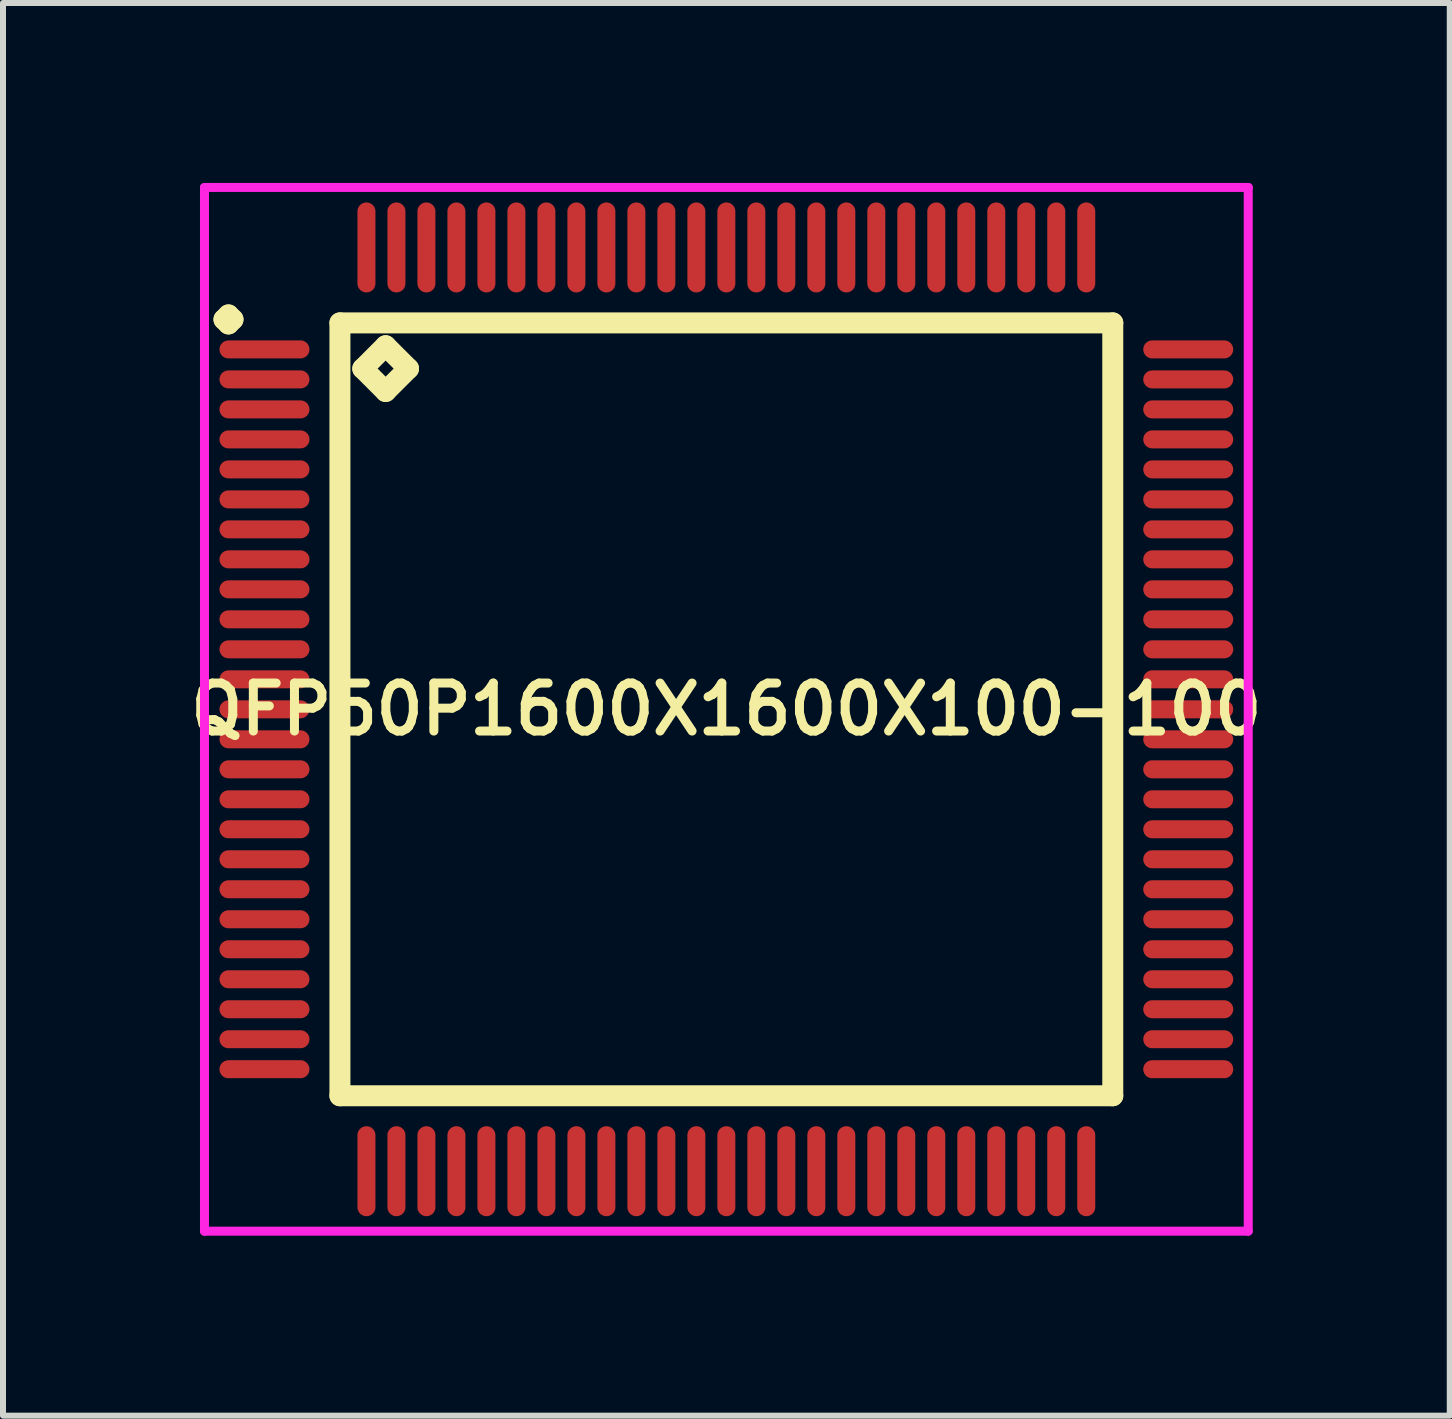
<source format=kicad_pcb>
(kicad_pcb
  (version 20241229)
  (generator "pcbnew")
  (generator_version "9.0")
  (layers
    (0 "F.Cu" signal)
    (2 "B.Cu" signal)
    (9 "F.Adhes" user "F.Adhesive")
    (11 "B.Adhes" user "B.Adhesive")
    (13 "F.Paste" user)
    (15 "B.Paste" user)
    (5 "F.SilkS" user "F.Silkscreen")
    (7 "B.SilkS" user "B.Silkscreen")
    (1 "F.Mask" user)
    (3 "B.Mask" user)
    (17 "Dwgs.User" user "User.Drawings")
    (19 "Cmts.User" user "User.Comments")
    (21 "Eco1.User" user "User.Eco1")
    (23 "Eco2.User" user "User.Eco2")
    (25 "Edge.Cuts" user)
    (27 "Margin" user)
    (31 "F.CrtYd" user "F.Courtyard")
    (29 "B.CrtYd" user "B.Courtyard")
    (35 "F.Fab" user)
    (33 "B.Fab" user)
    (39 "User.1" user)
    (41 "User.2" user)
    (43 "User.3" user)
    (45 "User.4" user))
  (footprint "QFP50P1600X1600X100-100"
    (layer "F.Cu")
    (at 9.059 8.775)
    (property "Reference" "QFP50P1600X1600X100-100" (at 0 0 0) (layer "F.SilkS") (effects (font (size 0.8 0.8) (thickness 0.15))))
    (attr smd)
    (fp_line (start -8.375 -6.5) (end -8.3 -6.575) (stroke (width 0.35) (type solid)) (layer "F.SilkS"))
    (fp_line (start -8.3 -6.575) (end -8.225 -6.5) (stroke (width 0.35) (type solid)) (layer "F.SilkS"))
    (fp_line (start -8.3 -6.425) (end -8.375 -6.5) (stroke (width 0.35) (type solid)) (layer "F.SilkS"))
    (fp_line (start -8.225 -6.5) (end -8.3 -6.425) (stroke (width 0.35) (type solid)) (layer "F.SilkS"))
    (fp_line (start -6.442 -6.442) (end -6.442 6.442) (stroke (width 0.35) (type solid)) (layer "F.SilkS"))
    (fp_line (start -6.442 6.442) (end 6.442 6.442) (stroke (width 0.35) (type solid)) (layer "F.SilkS"))
    (fp_line (start -6.061 -5.68) (end -5.68 -6.061) (stroke (width 0.35) (type solid)) (layer "F.SilkS"))
    (fp_line (start -5.68 -6.061) (end -5.299 -5.68) (stroke (width 0.35) (type solid)) (layer "F.SilkS"))
    (fp_line (start -5.68 -5.299) (end -6.061 -5.68) (stroke (width 0.35) (type solid)) (layer "F.SilkS"))
    (fp_line (start -5.299 -5.68) (end -5.68 -5.299) (stroke (width 0.35) (type solid)) (layer "F.SilkS"))
    (fp_line (start 6.442 -6.442) (end -6.442 -6.442) (stroke (width 0.35) (type solid)) (layer "F.SilkS"))
    (fp_line (start 6.442 6.442) (end 6.442 -6.442) (stroke (width 0.35) (type solid)) (layer "F.SilkS"))
    (fp_line (start -8.7 -8.7) (end 8.7 -8.7) (stroke (width 0.15) (type solid)) (layer "F.CrtYd"))
    (fp_line (start -8.7 8.7) (end -8.7 -8.7) (stroke (width 0.15) (type solid)) (layer "F.CrtYd"))
    (fp_line (start 8.7 -8.7) (end 8.7 8.7) (stroke (width 0.15) (type solid)) (layer "F.CrtYd"))
    (fp_line (start 8.7 8.7) (end -8.7 8.7) (stroke (width 0.15) (type solid)) (layer "F.CrtYd"))
    (pad "1" smd oval (at -7.7 -6) (size 1.5 0.3) (layers "F.Cu" "F.Mask" "F.Paste"))
    (pad "2" smd oval (at -7.7 -5.5) (size 1.5 0.3) (layers "F.Cu" "F.Mask" "F.Paste"))
    (pad "3" smd oval (at -7.7 -5) (size 1.5 0.3) (layers "F.Cu" "F.Mask" "F.Paste"))
    (pad "4" smd oval (at -7.7 -4.5) (size 1.5 0.3) (layers "F.Cu" "F.Mask" "F.Paste"))
    (pad "5" smd oval (at -7.7 -4) (size 1.5 0.3) (layers "F.Cu" "F.Mask" "F.Paste"))
    (pad "6" smd oval (at -7.7 -3.5) (size 1.5 0.3) (layers "F.Cu" "F.Mask" "F.Paste"))
    (pad "7" smd oval (at -7.7 -3) (size 1.5 0.3) (layers "F.Cu" "F.Mask" "F.Paste"))
    (pad "8" smd oval (at -7.7 -2.5) (size 1.5 0.3) (layers "F.Cu" "F.Mask" "F.Paste"))
    (pad "9" smd oval (at -7.7 -2) (size 1.5 0.3) (layers "F.Cu" "F.Mask" "F.Paste"))
    (pad "10" smd oval (at -7.7 -1.5) (size 1.5 0.3) (layers "F.Cu" "F.Mask" "F.Paste"))
    (pad "11" smd oval (at -7.7 -1) (size 1.5 0.3) (layers "F.Cu" "F.Mask" "F.Paste"))
    (pad "12" smd oval (at -7.7 -0.5) (size 1.5 0.3) (layers "F.Cu" "F.Mask" "F.Paste"))
    (pad "13" smd oval (at -7.7 0) (size 1.5 0.3) (layers "F.Cu" "F.Mask" "F.Paste"))
    (pad "14" smd oval (at -7.7 0.5) (size 1.5 0.3) (layers "F.Cu" "F.Mask" "F.Paste"))
    (pad "15" smd oval (at -7.7 1) (size 1.5 0.3) (layers "F.Cu" "F.Mask" "F.Paste"))
    (pad "16" smd oval (at -7.7 1.5) (size 1.5 0.3) (layers "F.Cu" "F.Mask" "F.Paste"))
    (pad "17" smd oval (at -7.7 2) (size 1.5 0.3) (layers "F.Cu" "F.Mask" "F.Paste"))
    (pad "18" smd oval (at -7.7 2.5) (size 1.5 0.3) (layers "F.Cu" "F.Mask" "F.Paste"))
    (pad "19" smd oval (at -7.7 3) (size 1.5 0.3) (layers "F.Cu" "F.Mask" "F.Paste"))
    (pad "20" smd oval (at -7.7 3.5) (size 1.5 0.3) (layers "F.Cu" "F.Mask" "F.Paste"))
    (pad "21" smd oval (at -7.7 4) (size 1.5 0.3) (layers "F.Cu" "F.Mask" "F.Paste"))
    (pad "22" smd oval (at -7.7 4.5) (size 1.5 0.3) (layers "F.Cu" "F.Mask" "F.Paste"))
    (pad "23" smd oval (at -7.7 5) (size 1.5 0.3) (layers "F.Cu" "F.Mask" "F.Paste"))
    (pad "24" smd oval (at -7.7 5.5) (size 1.5 0.3) (layers "F.Cu" "F.Mask" "F.Paste"))
    (pad "25" smd oval (at -7.7 6) (size 1.5 0.3) (layers "F.Cu" "F.Mask" "F.Paste"))
    (pad "26" smd oval (at -6 7.7) (size 0.3 1.5) (layers "F.Cu" "F.Mask" "F.Paste"))
    (pad "27" smd oval (at -5.5 7.7) (size 0.3 1.5) (layers "F.Cu" "F.Mask" "F.Paste"))
    (pad "28" smd oval (at -5 7.7) (size 0.3 1.5) (layers "F.Cu" "F.Mask" "F.Paste"))
    (pad "29" smd oval (at -4.5 7.7) (size 0.3 1.5) (layers "F.Cu" "F.Mask" "F.Paste"))
    (pad "30" smd oval (at -4 7.7) (size 0.3 1.5) (layers "F.Cu" "F.Mask" "F.Paste"))
    (pad "31" smd oval (at -3.5 7.7) (size 0.3 1.5) (layers "F.Cu" "F.Mask" "F.Paste"))
    (pad "32" smd oval (at -3 7.7) (size 0.3 1.5) (layers "F.Cu" "F.Mask" "F.Paste"))
    (pad "33" smd oval (at -2.5 7.7) (size 0.3 1.5) (layers "F.Cu" "F.Mask" "F.Paste"))
    (pad "34" smd oval (at -2 7.7) (size 0.3 1.5) (layers "F.Cu" "F.Mask" "F.Paste"))
    (pad "35" smd oval (at -1.5 7.7) (size 0.3 1.5) (layers "F.Cu" "F.Mask" "F.Paste"))
    (pad "36" smd oval (at -1 7.7) (size 0.3 1.5) (layers "F.Cu" "F.Mask" "F.Paste"))
    (pad "37" smd oval (at -0.5 7.7) (size 0.3 1.5) (layers "F.Cu" "F.Mask" "F.Paste"))
    (pad "38" smd oval (at 0 7.7) (size 0.3 1.5) (layers "F.Cu" "F.Mask" "F.Paste"))
    (pad "39" smd oval (at 0.5 7.7) (size 0.3 1.5) (layers "F.Cu" "F.Mask" "F.Paste"))
    (pad "40" smd oval (at 1 7.7) (size 0.3 1.5) (layers "F.Cu" "F.Mask" "F.Paste"))
    (pad "41" smd oval (at 1.5 7.7) (size 0.3 1.5) (layers "F.Cu" "F.Mask" "F.Paste"))
    (pad "42" smd oval (at 2 7.7) (size 0.3 1.5) (layers "F.Cu" "F.Mask" "F.Paste"))
    (pad "43" smd oval (at 2.5 7.7) (size 0.3 1.5) (layers "F.Cu" "F.Mask" "F.Paste"))
    (pad "44" smd oval (at 3 7.7) (size 0.3 1.5) (layers "F.Cu" "F.Mask" "F.Paste"))
    (pad "45" smd oval (at 3.5 7.7) (size 0.3 1.5) (layers "F.Cu" "F.Mask" "F.Paste"))
    (pad "46" smd oval (at 4 7.7) (size 0.3 1.5) (layers "F.Cu" "F.Mask" "F.Paste"))
    (pad "47" smd oval (at 4.5 7.7) (size 0.3 1.5) (layers "F.Cu" "F.Mask" "F.Paste"))
    (pad "48" smd oval (at 5 7.7) (size 0.3 1.5) (layers "F.Cu" "F.Mask" "F.Paste"))
    (pad "49" smd oval (at 5.5 7.7) (size 0.3 1.5) (layers "F.Cu" "F.Mask" "F.Paste"))
    (pad "50" smd oval (at 6 7.7) (size 0.3 1.5) (layers "F.Cu" "F.Mask" "F.Paste"))
    (pad "51" smd oval (at 7.7 6) (size 1.5 0.3) (layers "F.Cu" "F.Mask" "F.Paste"))
    (pad "52" smd oval (at 7.7 5.5) (size 1.5 0.3) (layers "F.Cu" "F.Mask" "F.Paste"))
    (pad "53" smd oval (at 7.7 5) (size 1.5 0.3) (layers "F.Cu" "F.Mask" "F.Paste"))
    (pad "54" smd oval (at 7.7 4.5) (size 1.5 0.3) (layers "F.Cu" "F.Mask" "F.Paste"))
    (pad "55" smd oval (at 7.7 4) (size 1.5 0.3) (layers "F.Cu" "F.Mask" "F.Paste"))
    (pad "56" smd oval (at 7.7 3.5) (size 1.5 0.3) (layers "F.Cu" "F.Mask" "F.Paste"))
    (pad "57" smd oval (at 7.7 3) (size 1.5 0.3) (layers "F.Cu" "F.Mask" "F.Paste"))
    (pad "58" smd oval (at 7.7 2.5) (size 1.5 0.3) (layers "F.Cu" "F.Mask" "F.Paste"))
    (pad "59" smd oval (at 7.7 2) (size 1.5 0.3) (layers "F.Cu" "F.Mask" "F.Paste"))
    (pad "60" smd oval (at 7.7 1.5) (size 1.5 0.3) (layers "F.Cu" "F.Mask" "F.Paste"))
    (pad "61" smd oval (at 7.7 1) (size 1.5 0.3) (layers "F.Cu" "F.Mask" "F.Paste"))
    (pad "62" smd oval (at 7.7 0.5) (size 1.5 0.3) (layers "F.Cu" "F.Mask" "F.Paste"))
    (pad "63" smd oval (at 7.7 0) (size 1.5 0.3) (layers "F.Cu" "F.Mask" "F.Paste"))
    (pad "64" smd oval (at 7.7 -0.5) (size 1.5 0.3) (layers "F.Cu" "F.Mask" "F.Paste"))
    (pad "65" smd oval (at 7.7 -1) (size 1.5 0.3) (layers "F.Cu" "F.Mask" "F.Paste"))
    (pad "66" smd oval (at 7.7 -1.5) (size 1.5 0.3) (layers "F.Cu" "F.Mask" "F.Paste"))
    (pad "67" smd oval (at 7.7 -2) (size 1.5 0.3) (layers "F.Cu" "F.Mask" "F.Paste"))
    (pad "68" smd oval (at 7.7 -2.5) (size 1.5 0.3) (layers "F.Cu" "F.Mask" "F.Paste"))
    (pad "69" smd oval (at 7.7 -3) (size 1.5 0.3) (layers "F.Cu" "F.Mask" "F.Paste"))
    (pad "70" smd oval (at 7.7 -3.5) (size 1.5 0.3) (layers "F.Cu" "F.Mask" "F.Paste"))
    (pad "71" smd oval (at 7.7 -4) (size 1.5 0.3) (layers "F.Cu" "F.Mask" "F.Paste"))
    (pad "72" smd oval (at 7.7 -4.5) (size 1.5 0.3) (layers "F.Cu" "F.Mask" "F.Paste"))
    (pad "73" smd oval (at 7.7 -5) (size 1.5 0.3) (layers "F.Cu" "F.Mask" "F.Paste"))
    (pad "74" smd oval (at 7.7 -5.5) (size 1.5 0.3) (layers "F.Cu" "F.Mask" "F.Paste"))
    (pad "75" smd oval (at 7.7 -6) (size 1.5 0.3) (layers "F.Cu" "F.Mask" "F.Paste"))
    (pad "76" smd oval (at 6 -7.7) (size 0.3 1.5) (layers "F.Cu" "F.Mask" "F.Paste"))
    (pad "77" smd oval (at 5.5 -7.7) (size 0.3 1.5) (layers "F.Cu" "F.Mask" "F.Paste"))
    (pad "78" smd oval (at 5 -7.7) (size 0.3 1.5) (layers "F.Cu" "F.Mask" "F.Paste"))
    (pad "79" smd oval (at 4.5 -7.7) (size 0.3 1.5) (layers "F.Cu" "F.Mask" "F.Paste"))
    (pad "80" smd oval (at 4 -7.7) (size 0.3 1.5) (layers "F.Cu" "F.Mask" "F.Paste"))
    (pad "81" smd oval (at 3.5 -7.7) (size 0.3 1.5) (layers "F.Cu" "F.Mask" "F.Paste"))
    (pad "82" smd oval (at 3 -7.7) (size 0.3 1.5) (layers "F.Cu" "F.Mask" "F.Paste"))
    (pad "83" smd oval (at 2.5 -7.7) (size 0.3 1.5) (layers "F.Cu" "F.Mask" "F.Paste"))
    (pad "84" smd oval (at 2 -7.7) (size 0.3 1.5) (layers "F.Cu" "F.Mask" "F.Paste"))
    (pad "85" smd oval (at 1.5 -7.7) (size 0.3 1.5) (layers "F.Cu" "F.Mask" "F.Paste"))
    (pad "86" smd oval (at 1 -7.7) (size 0.3 1.5) (layers "F.Cu" "F.Mask" "F.Paste"))
    (pad "87" smd oval (at 0.5 -7.7) (size 0.3 1.5) (layers "F.Cu" "F.Mask" "F.Paste"))
    (pad "88" smd oval (at 0 -7.7) (size 0.3 1.5) (layers "F.Cu" "F.Mask" "F.Paste"))
    (pad "89" smd oval (at -0.5 -7.7) (size 0.3 1.5) (layers "F.Cu" "F.Mask" "F.Paste"))
    (pad "90" smd oval (at -1 -7.7) (size 0.3 1.5) (layers "F.Cu" "F.Mask" "F.Paste"))
    (pad "91" smd oval (at -1.5 -7.7) (size 0.3 1.5) (layers "F.Cu" "F.Mask" "F.Paste"))
    (pad "92" smd oval (at -2 -7.7) (size 0.3 1.5) (layers "F.Cu" "F.Mask" "F.Paste"))
    (pad "93" smd oval (at -2.5 -7.7) (size 0.3 1.5) (layers "F.Cu" "F.Mask" "F.Paste"))
    (pad "94" smd oval (at -3 -7.7) (size 0.3 1.5) (layers "F.Cu" "F.Mask" "F.Paste"))
    (pad "95" smd oval (at -3.5 -7.7) (size 0.3 1.5) (layers "F.Cu" "F.Mask" "F.Paste"))
    (pad "96" smd oval (at -4 -7.7) (size 0.3 1.5) (layers "F.Cu" "F.Mask" "F.Paste"))
    (pad "97" smd oval (at -4.5 -7.7) (size 0.3 1.5) (layers "F.Cu" "F.Mask" "F.Paste"))
    (pad "98" smd oval (at -5 -7.7) (size 0.3 1.5) (layers "F.Cu" "F.Mask" "F.Paste"))
    (pad "99" smd oval (at -5.5 -7.7) (size 0.3 1.5) (layers "F.Cu" "F.Mask" "F.Paste"))
    (pad "100" smd oval (at -6 -7.7) (size 0.3 1.5) (layers "F.Cu" "F.Mask" "F.Paste")))
  (gr_rect
    (start -3 -3)
    (end 21.119 20.55)
    (stroke (width 0.1) (type default))
    (fill no)
    (layer "Edge.Cuts")))
</source>
